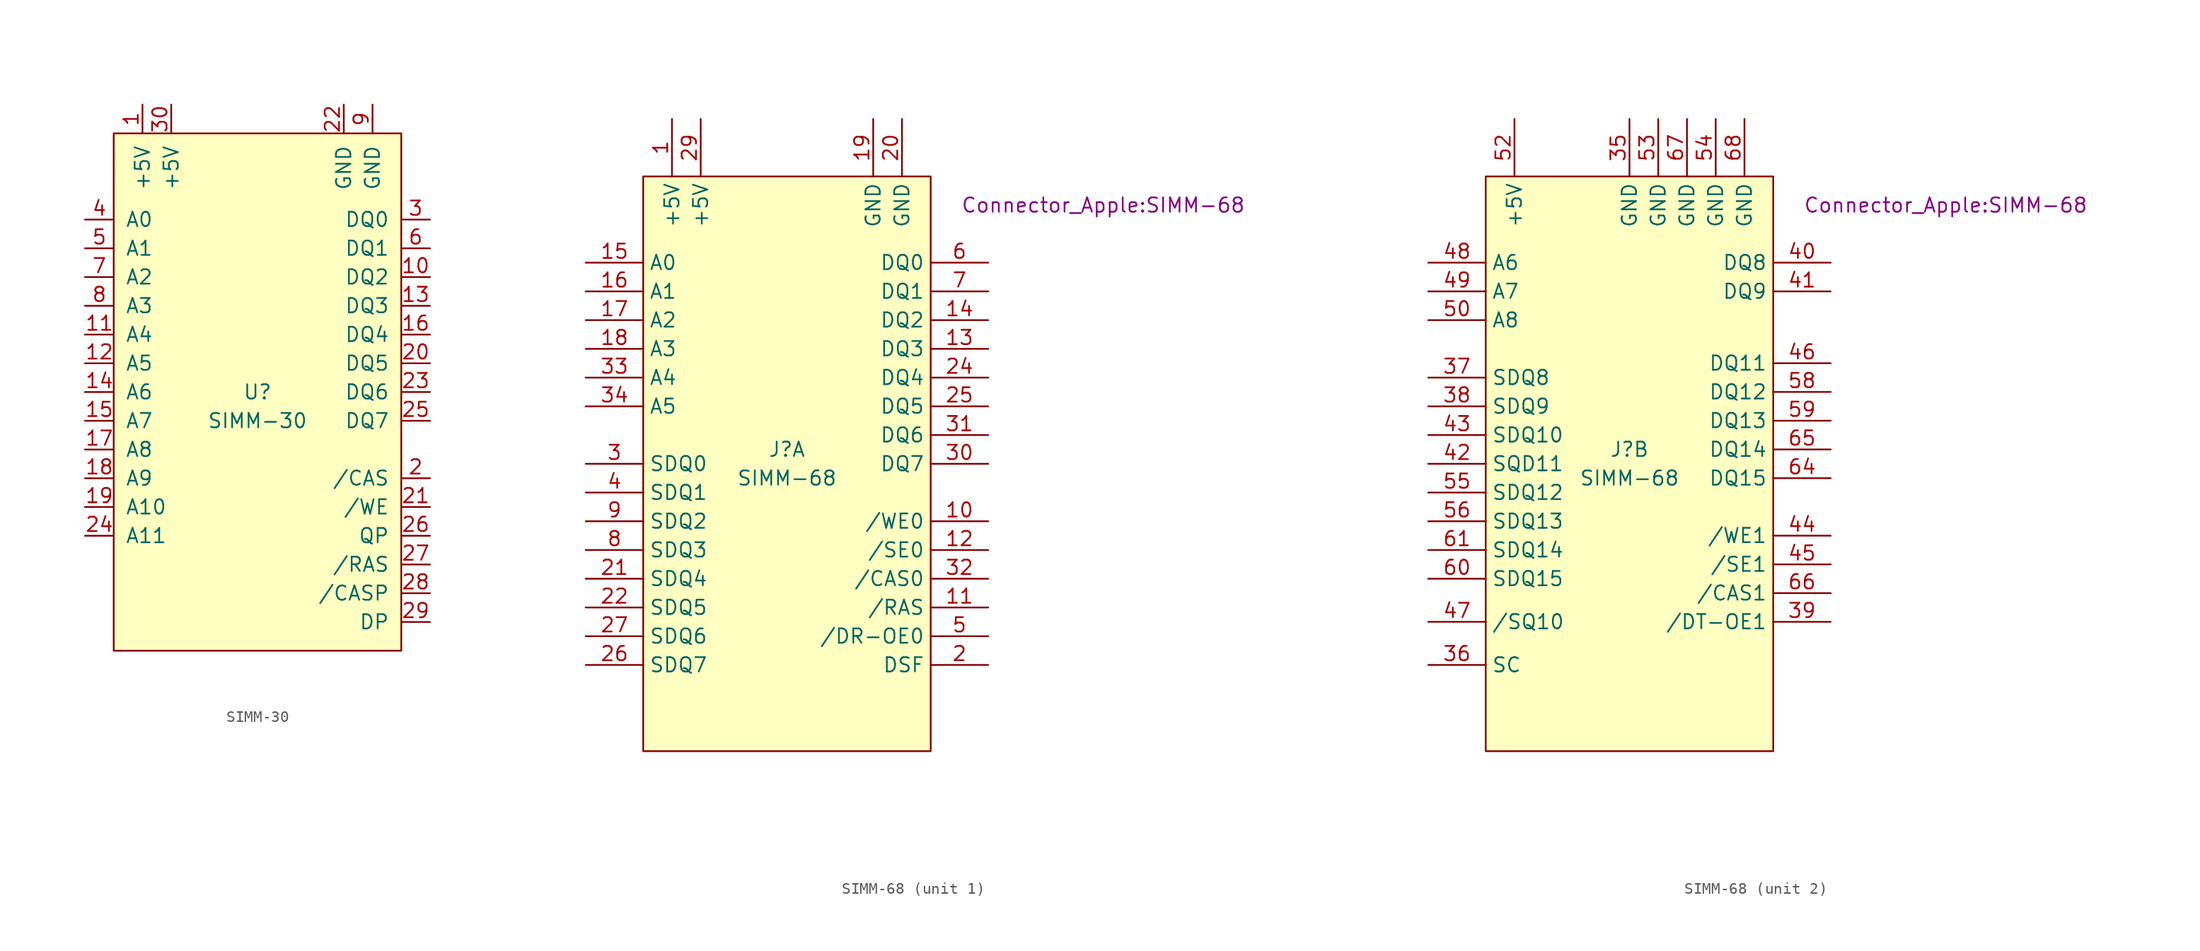
<source format=kicad_sym>
(kicad_symbol_lib
  (version 20231120)
  (generator "kicad_symbol_editor")
  (generator_version "8.0")
  (symbol "SIMM-30"
    (pin_names
      (offset 1.016))
    (property "Reference" "U"
      (at 0 0 0)
      (effects (font (size 1.27 1.27))))
    (property "Value" "SIMM-30"
      (at 0 -2.54 0)
      (effects (font (size 1.27 1.27))))
    (symbol "SIMM-30_1_1"
      (rectangle (start -12.7 22.86) (end 12.7 -22.86) (stroke (width 0) (type solid)) (fill (type background)))
      (pin power_in line (at -10.16 25.4 270) (length 2.54) (name "+5V" (effects (font (size 1.27 1.27)))) (number "1" (effects (font (size 1.27 1.27)))))
      (pin bidirectional line (at 15.24 10.16 180) (length 2.54) (name "DQ2" (effects (font (size 1.27 1.27)))) (number "10" (effects (font (size 1.27 1.27)))))
      (pin input line (at -15.24 5.08 0) (length 2.54) (name "A4" (effects (font (size 1.27 1.27)))) (number "11" (effects (font (size 1.27 1.27)))))
      (pin input line (at -15.24 2.54 0) (length 2.54) (name "A5" (effects (font (size 1.27 1.27)))) (number "12" (effects (font (size 1.27 1.27)))))
      (pin bidirectional line (at 15.24 7.62 180) (length 2.54) (name "DQ3" (effects (font (size 1.27 1.27)))) (number "13" (effects (font (size 1.27 1.27)))))
      (pin input line (at -15.24 0 0) (length 2.54) (name "A6" (effects (font (size 1.27 1.27)))) (number "14" (effects (font (size 1.27 1.27)))))
      (pin input line (at -15.24 -2.54 0) (length 2.54) (name "A7" (effects (font (size 1.27 1.27)))) (number "15" (effects (font (size 1.27 1.27)))))
      (pin bidirectional line (at 15.24 5.08 180) (length 2.54) (name "DQ4" (effects (font (size 1.27 1.27)))) (number "16" (effects (font (size 1.27 1.27)))))
      (pin input line (at -15.24 -5.08 0) (length 2.54) (name "A8" (effects (font (size 1.27 1.27)))) (number "17" (effects (font (size 1.27 1.27)))))
      (pin input line (at -15.24 -7.62 0) (length 2.54) (name "A9" (effects (font (size 1.27 1.27)))) (number "18" (effects (font (size 1.27 1.27)))))
      (pin input line (at -15.24 -10.16 0) (length 2.54) (name "A10" (effects (font (size 1.27 1.27)))) (number "19" (effects (font (size 1.27 1.27)))))
      (pin unspecified line (at 15.24 -7.62 180) (length 2.54) (name "/CAS" (effects (font (size 1.27 1.27)))) (number "2" (effects (font (size 1.27 1.27)))))
      (pin bidirectional line (at 15.24 2.54 180) (length 2.54) (name "DQ5" (effects (font (size 1.27 1.27)))) (number "20" (effects (font (size 1.27 1.27)))))
      (pin unspecified line (at 15.24 -10.16 180) (length 2.54) (name "/WE" (effects (font (size 1.27 1.27)))) (number "21" (effects (font (size 1.27 1.27)))))
      (pin power_in line (at 7.62 25.4 270) (length 2.54) (name "GND" (effects (font (size 1.27 1.27)))) (number "22" (effects (font (size 1.27 1.27)))))
      (pin bidirectional line (at 15.24 0 180) (length 2.54) (name "DQ6" (effects (font (size 1.27 1.27)))) (number "23" (effects (font (size 1.27 1.27)))))
      (pin input line (at -15.24 -12.7 0) (length 2.54) (name "A11" (effects (font (size 1.27 1.27)))) (number "24" (effects (font (size 1.27 1.27)))))
      (pin bidirectional line (at 15.24 -2.54 180) (length 2.54) (name "DQ7" (effects (font (size 1.27 1.27)))) (number "25" (effects (font (size 1.27 1.27)))))
      (pin unspecified line (at 15.24 -12.7 180) (length 2.54) (name "QP" (effects (font (size 1.27 1.27)))) (number "26" (effects (font (size 1.27 1.27)))))
      (pin unspecified line (at 15.24 -15.24 180) (length 2.54) (name "/RAS" (effects (font (size 1.27 1.27)))) (number "27" (effects (font (size 1.27 1.27)))))
      (pin unspecified line (at 15.24 -17.78 180) (length 2.54) (name "/CASP" (effects (font (size 1.27 1.27)))) (number "28" (effects (font (size 1.27 1.27)))))
      (pin unspecified line (at 15.24 -20.32 180) (length 2.54) (name "DP" (effects (font (size 1.27 1.27)))) (number "29" (effects (font (size 1.27 1.27)))))
      (pin bidirectional line (at 15.24 15.24 180) (length 2.54) (name "DQ0" (effects (font (size 1.27 1.27)))) (number "3" (effects (font (size 1.27 1.27)))))
      (pin power_in line (at -7.62 25.4 270) (length 2.54) (name "+5V" (effects (font (size 1.27 1.27)))) (number "30" (effects (font (size 1.27 1.27)))))
      (pin input line (at -15.24 15.24 0) (length 2.54) (name "A0" (effects (font (size 1.27 1.27)))) (number "4" (effects (font (size 1.27 1.27)))))
      (pin input line (at -15.24 12.7 0) (length 2.54) (name "A1" (effects (font (size 1.27 1.27)))) (number "5" (effects (font (size 1.27 1.27)))))
      (pin bidirectional line (at 15.24 12.7 180) (length 2.54) (name "DQ1" (effects (font (size 1.27 1.27)))) (number "6" (effects (font (size 1.27 1.27)))))
      (pin input line (at -15.24 10.16 0) (length 2.54) (name "A2" (effects (font (size 1.27 1.27)))) (number "7" (effects (font (size 1.27 1.27)))))
      (pin input line (at -15.24 7.62 0) (length 2.54) (name "A3" (effects (font (size 1.27 1.27)))) (number "8" (effects (font (size 1.27 1.27)))))
      (pin power_in line (at 10.16 25.4 270) (length 2.54) (name "GND" (effects (font (size 1.27 1.27)))) (number "9" (effects (font (size 1.27 1.27)))))))
  (symbol "SIMM-68"
    (property "Reference" "J"
      (at 0 1.27 0)
      (effects (font (size 1.27 1.27))))
    (property "Value" "SIMM-68"
      (at 0 -1.27 0)
      (effects (font (size 1.27 1.27))))
    (property "Footprint" "Connector_Apple:SIMM-68"
      (at 27.94 22.86 0)
      (effects (font (size 1.27 1.27))))
    (property "ki_locked" ""
      (at 0 0 0)
      (effects (font (size 1.27 1.27))))
    (symbol "SIMM-68_1_1"
      (rectangle (start -12.7 25.4) (end 12.7 -25.4) (stroke (width 0) (type solid)) (fill (type background)))
      (pin power_in line (at -10.16 30.48 270) (length 5.08) (name "+5V" (effects (font (size 1.27 1.27)))) (number "1" (effects (font (size 1.27 1.27)))))
      (pin passive line (at 17.78 -5.08 180) (length 5.08) (name "/WE0" (effects (font (size 1.27 1.27)))) (number "10" (effects (font (size 1.27 1.27)))))
      (pin passive line (at 17.78 -12.7 180) (length 5.08) (name "/RAS" (effects (font (size 1.27 1.27)))) (number "11" (effects (font (size 1.27 1.27)))))
      (pin passive line (at 17.78 -7.62 180) (length 5.08) (name "/SE0" (effects (font (size 1.27 1.27)))) (number "12" (effects (font (size 1.27 1.27)))))
      (pin passive line (at 17.78 10.16 180) (length 5.08) (name "DQ3" (effects (font (size 1.27 1.27)))) (number "13" (effects (font (size 1.27 1.27)))))
      (pin passive line (at 17.78 12.7 180) (length 5.08) (name "DQ2" (effects (font (size 1.27 1.27)))) (number "14" (effects (font (size 1.27 1.27)))))
      (pin passive line (at -17.78 17.78 0) (length 5.08) (name "A0" (effects (font (size 1.27 1.27)))) (number "15" (effects (font (size 1.27 1.27)))))
      (pin passive line (at -17.78 15.24 0) (length 5.08) (name "A1" (effects (font (size 1.27 1.27)))) (number "16" (effects (font (size 1.27 1.27)))))
      (pin passive line (at -17.78 12.7 0) (length 5.08) (name "A2" (effects (font (size 1.27 1.27)))) (number "17" (effects (font (size 1.27 1.27)))))
      (pin passive line (at -17.78 10.16 0) (length 5.08) (name "A3" (effects (font (size 1.27 1.27)))) (number "18" (effects (font (size 1.27 1.27)))))
      (pin power_in line (at 7.62 30.48 270) (length 5.08) (name "GND" (effects (font (size 1.27 1.27)))) (number "19" (effects (font (size 1.27 1.27)))))
      (pin passive line (at 17.78 -17.78 180) (length 5.08) (name "DSF" (effects (font (size 1.27 1.27)))) (number "2" (effects (font (size 1.27 1.27)))))
      (pin power_in line (at 10.16 30.48 270) (length 5.08) (name "GND" (effects (font (size 1.27 1.27)))) (number "20" (effects (font (size 1.27 1.27)))))
      (pin passive line (at -17.78 -10.16 0) (length 5.08) (name "SDQ4" (effects (font (size 1.27 1.27)))) (number "21" (effects (font (size 1.27 1.27)))))
      (pin passive line (at -17.78 -12.7 0) (length 5.08) (name "SDQ5" (effects (font (size 1.27 1.27)))) (number "22" (effects (font (size 1.27 1.27)))))
      (pin no_connect line (at -1.27 -30.48 90) (length 5.08) hide (name "NC" (effects (font (size 1.27 1.27)))) (number "23" (effects (font (size 1.27 1.27)))))
      (pin passive line (at 17.78 7.62 180) (length 5.08) (name "DQ4" (effects (font (size 1.27 1.27)))) (number "24" (effects (font (size 1.27 1.27)))))
      (pin passive line (at 17.78 5.08 180) (length 5.08) (name "DQ5" (effects (font (size 1.27 1.27)))) (number "25" (effects (font (size 1.27 1.27)))))
      (pin passive line (at -17.78 -17.78 0) (length 5.08) (name "SDQ7" (effects (font (size 1.27 1.27)))) (number "26" (effects (font (size 1.27 1.27)))))
      (pin passive line (at -17.78 -15.24 0) (length 5.08) (name "SDQ6" (effects (font (size 1.27 1.27)))) (number "27" (effects (font (size 1.27 1.27)))))
      (pin no_connect line (at 1.27 -30.48 90) (length 5.08) hide (name "NC" (effects (font (size 1.27 1.27)))) (number "28" (effects (font (size 1.27 1.27)))))
      (pin power_in line (at -7.62 30.48 270) (length 5.08) (name "+5V" (effects (font (size 1.27 1.27)))) (number "29" (effects (font (size 1.27 1.27)))))
      (pin passive line (at -17.78 0 0) (length 5.08) (name "SDQ0" (effects (font (size 1.27 1.27)))) (number "3" (effects (font (size 1.27 1.27)))))
      (pin passive line (at 17.78 0 180) (length 5.08) (name "DQ7" (effects (font (size 1.27 1.27)))) (number "30" (effects (font (size 1.27 1.27)))))
      (pin passive line (at 17.78 2.54 180) (length 5.08) (name "DQ6" (effects (font (size 1.27 1.27)))) (number "31" (effects (font (size 1.27 1.27)))))
      (pin passive line (at 17.78 -10.16 180) (length 5.08) (name "/CAS0" (effects (font (size 1.27 1.27)))) (number "32" (effects (font (size 1.27 1.27)))))
      (pin passive line (at -17.78 7.62 0) (length 5.08) (name "A4" (effects (font (size 1.27 1.27)))) (number "33" (effects (font (size 1.27 1.27)))))
      (pin passive line (at -17.78 5.08 0) (length 5.08) (name "A5" (effects (font (size 1.27 1.27)))) (number "34" (effects (font (size 1.27 1.27)))))
      (pin passive line (at -17.78 -2.54 0) (length 5.08) (name "SDQ1" (effects (font (size 1.27 1.27)))) (number "4" (effects (font (size 1.27 1.27)))))
      (pin passive line (at 17.78 -15.24 180) (length 5.08) (name "/DR-OE0" (effects (font (size 1.27 1.27)))) (number "5" (effects (font (size 1.27 1.27)))))
      (pin passive line (at 17.78 17.78 180) (length 5.08) (name "DQ0" (effects (font (size 1.27 1.27)))) (number "6" (effects (font (size 1.27 1.27)))))
      (pin passive line (at 17.78 15.24 180) (length 5.08) (name "DQ1" (effects (font (size 1.27 1.27)))) (number "7" (effects (font (size 1.27 1.27)))))
      (pin passive line (at -17.78 -7.62 0) (length 5.08) (name "SDQ3" (effects (font (size 1.27 1.27)))) (number "8" (effects (font (size 1.27 1.27)))))
      (pin passive line (at -17.78 -5.08 0) (length 5.08) (name "SDQ2" (effects (font (size 1.27 1.27)))) (number "9" (effects (font (size 1.27 1.27))))))
    (symbol "SIMM-68_2_1"
      (rectangle (start -12.7 -25.4) (end 12.7 25.4) (stroke (width 0) (type solid)) (fill (type background)))
      (pin power_in line (at 0 30.48 270) (length 5.08) (name "GND" (effects (font (size 1.27 1.27)))) (number "35" (effects (font (size 1.27 1.27)))))
      (pin passive line (at -17.78 -17.78 0) (length 5.08) (name "SC" (effects (font (size 1.27 1.27)))) (number "36" (effects (font (size 1.27 1.27)))))
      (pin passive line (at -17.78 7.62 0) (length 5.08) (name "SDQ8" (effects (font (size 1.27 1.27)))) (number "37" (effects (font (size 1.27 1.27)))))
      (pin passive line (at -17.78 5.08 0) (length 5.08) (name "SDQ9" (effects (font (size 1.27 1.27)))) (number "38" (effects (font (size 1.27 1.27)))))
      (pin passive line (at 17.78 -13.97 180) (length 5.08) (name "/DT-OE1" (effects (font (size 1.27 1.27)))) (number "39" (effects (font (size 1.27 1.27)))))
      (pin passive line (at 17.78 17.78 180) (length 5.08) (name "DQ8" (effects (font (size 1.27 1.27)))) (number "40" (effects (font (size 1.27 1.27)))))
      (pin passive line (at 17.78 15.24 180) (length 5.08) (name "DQ9" (effects (font (size 1.27 1.27)))) (number "41" (effects (font (size 1.27 1.27)))))
      (pin passive line (at -17.78 0 0) (length 5.08) (name "SQD11" (effects (font (size 1.27 1.27)))) (number "42" (effects (font (size 1.27 1.27)))))
      (pin passive line (at -17.78 2.54 0) (length 5.08) (name "SDQ10" (effects (font (size 1.27 1.27)))) (number "43" (effects (font (size 1.27 1.27)))))
      (pin passive line (at 17.78 -6.35 180) (length 5.08) (name "/WE1" (effects (font (size 1.27 1.27)))) (number "44" (effects (font (size 1.27 1.27)))))
      (pin passive line (at 17.78 -8.89 180) (length 5.08) (name "/SE1" (effects (font (size 1.27 1.27)))) (number "45" (effects (font (size 1.27 1.27)))))
      (pin passive line (at 17.78 8.89 180) (length 5.08) (name "DQ11" (effects (font (size 1.27 1.27)))) (number "46" (effects (font (size 1.27 1.27)))))
      (pin passive line (at -17.78 -13.97 0) (length 5.08) (name "/SQ10" (effects (font (size 1.27 1.27)))) (number "47" (effects (font (size 1.27 1.27)))))
      (pin passive line (at -17.78 17.78 0) (length 5.08) (name "A6" (effects (font (size 1.27 1.27)))) (number "48" (effects (font (size 1.27 1.27)))))
      (pin passive line (at -17.78 15.24 0) (length 5.08) (name "A7" (effects (font (size 1.27 1.27)))) (number "49" (effects (font (size 1.27 1.27)))))
      (pin passive line (at -17.78 12.7 0) (length 5.08) (name "A8" (effects (font (size 1.27 1.27)))) (number "50" (effects (font (size 1.27 1.27)))))
      (pin no_connect line (at -3.81 -30.48 90) (length 5.08) hide (name "NC" (effects (font (size 1.27 1.27)))) (number "51" (effects (font (size 1.27 1.27)))))
      (pin power_in line (at -10.16 30.48 270) (length 5.08) (name "+5V" (effects (font (size 1.27 1.27)))) (number "52" (effects (font (size 1.27 1.27)))))
      (pin power_in line (at 2.54 30.48 270) (length 5.08) (name "GND" (effects (font (size 1.27 1.27)))) (number "53" (effects (font (size 1.27 1.27)))))
      (pin power_in line (at 7.62 30.48 270) (length 5.08) (name "GND" (effects (font (size 1.27 1.27)))) (number "54" (effects (font (size 1.27 1.27)))))
      (pin passive line (at -17.78 -2.54 0) (length 5.08) (name "SDQ12" (effects (font (size 1.27 1.27)))) (number "55" (effects (font (size 1.27 1.27)))))
      (pin passive line (at -17.78 -5.08 0) (length 5.08) (name "SDQ13" (effects (font (size 1.27 1.27)))) (number "56" (effects (font (size 1.27 1.27)))))
      (pin no_connect line (at -1.27 -30.48 90) (length 5.08) hide (name "NC" (effects (font (size 1.27 1.27)))) (number "57" (effects (font (size 1.27 1.27)))))
      (pin passive line (at 17.78 6.35 180) (length 5.08) (name "DQ12" (effects (font (size 1.27 1.27)))) (number "58" (effects (font (size 1.27 1.27)))))
      (pin passive line (at 17.78 3.81 180) (length 5.08) (name "DQ13" (effects (font (size 1.27 1.27)))) (number "59" (effects (font (size 1.27 1.27)))))
      (pin passive line (at -17.78 -10.16 0) (length 5.08) (name "SDQ15" (effects (font (size 1.27 1.27)))) (number "60" (effects (font (size 1.27 1.27)))))
      (pin passive line (at -17.78 -7.62 0) (length 5.08) (name "SDQ14" (effects (font (size 1.27 1.27)))) (number "61" (effects (font (size 1.27 1.27)))))
      (pin no_connect line (at 3.81 -30.48 90) (length 5.08) hide (name "NC" (effects (font (size 1.27 1.27)))) (number "62" (effects (font (size 1.27 1.27)))))
      (pin no_connect line (at 1.27 -30.48 90) (length 5.08) hide (name "NC" (effects (font (size 1.27 1.27)))) (number "63" (effects (font (size 1.27 1.27)))))
      (pin passive line (at 17.78 -1.27 180) (length 5.08) (name "DQ15" (effects (font (size 1.27 1.27)))) (number "64" (effects (font (size 1.27 1.27)))))
      (pin passive line (at 17.78 1.27 180) (length 5.08) (name "DQ14" (effects (font (size 1.27 1.27)))) (number "65" (effects (font (size 1.27 1.27)))))
      (pin passive line (at 17.78 -11.43 180) (length 5.08) (name "/CAS1" (effects (font (size 1.27 1.27)))) (number "66" (effects (font (size 1.27 1.27)))))
      (pin power_in line (at 5.08 30.48 270) (length 5.08) (name "GND" (effects (font (size 1.27 1.27)))) (number "67" (effects (font (size 1.27 1.27)))))
      (pin power_in line (at 10.16 30.48 270) (length 5.08) (name "GND" (effects (font (size 1.27 1.27)))) (number "68" (effects (font (size 1.27 1.27))))))))
</source>
